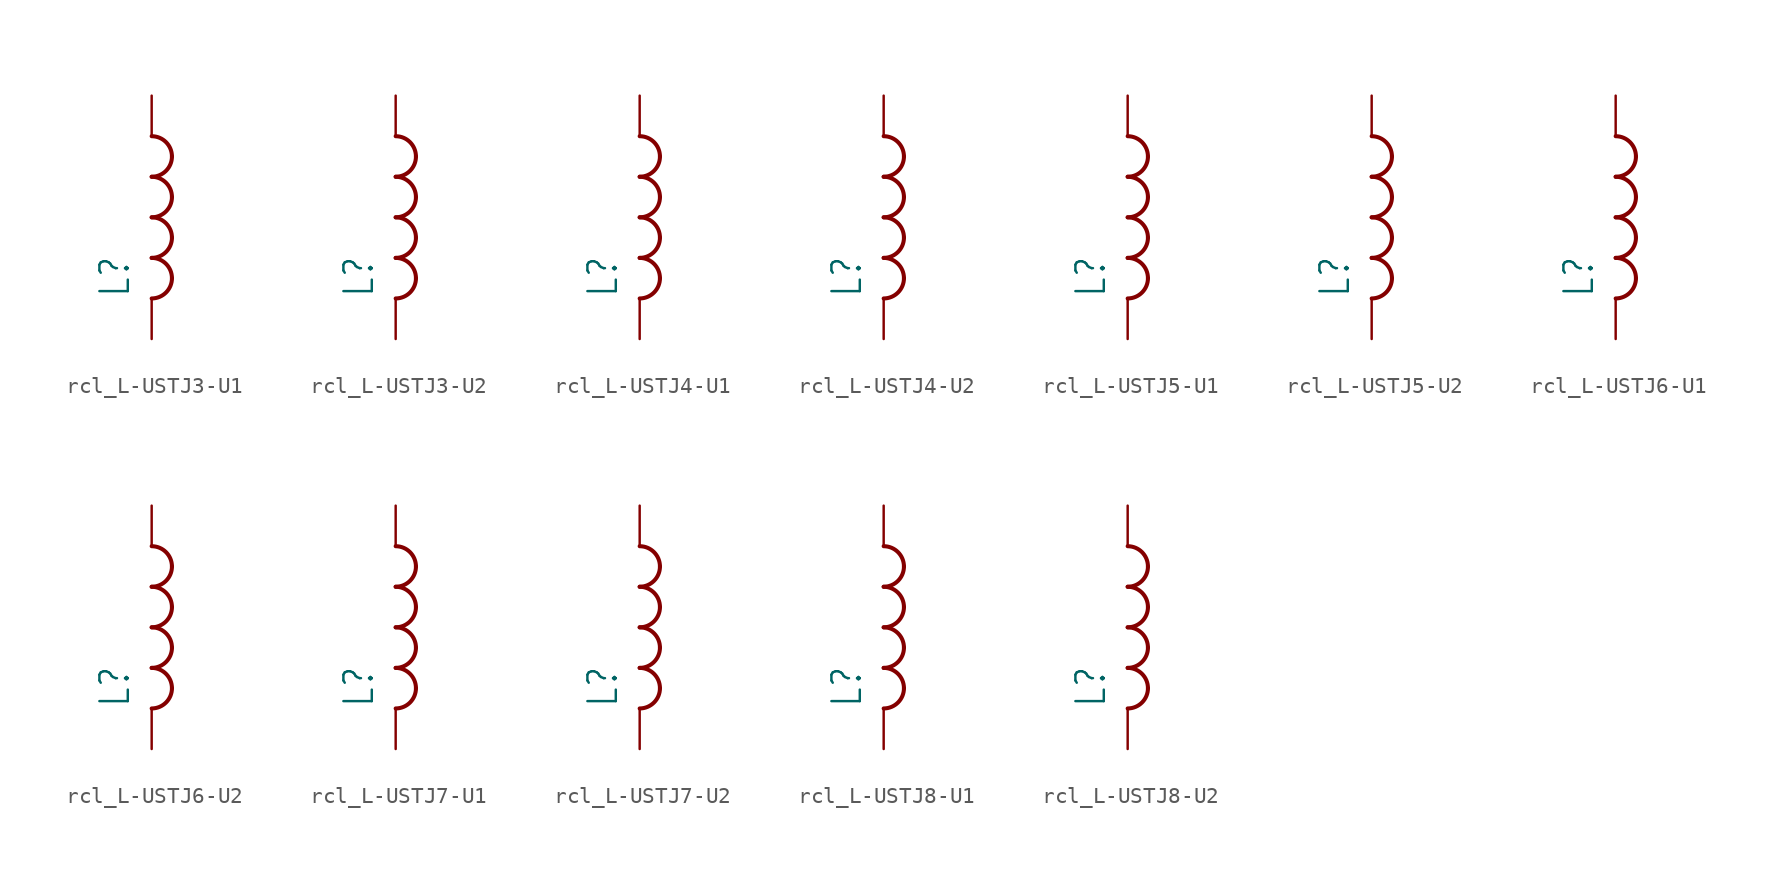
<source format=kicad_sym>
(kicad_symbol_lib
  (version 20241209)
  (generator "kicad_symbol_editor")
  (generator_version "9.0")
  (symbol "rcl_L-USTJ3-U1"
    (property "Reference" "L"
      (at -1.27 -5.08 90)
      (effects (font (size 1.778 1.511)) (justify left bottom)))
    (property "Value" ""
      (at 3.81 -5.08 90)
      (effects (font (size 1.778 1.511)) (justify left bottom)))
    (property "ki_locked" ""
      (at 0 0 0)
      (effects (font (size 1.27 1.27))))
    (symbol "rcl_L-USTJ3-U1_1_0"
      (arc (start 0 5.08) (mid 0.898 4.708) (end 1.27 3.81) (stroke (width 0.254) (type solid)) (fill (type none)))
      (arc (start 1.27 3.81) (mid 0.898 2.912) (end 0 2.54) (stroke (width 0.254) (type solid)) (fill (type none)))
      (arc (start 0 2.54) (mid 0.898 2.168) (end 1.27 1.27) (stroke (width 0.254) (type solid)) (fill (type none)))
      (arc (start 1.27 1.27) (mid 0.898 0.372) (end 0 0) (stroke (width 0.254) (type solid)) (fill (type none)))
      (arc (start 0 0) (mid 0.898 -0.372) (end 1.27 -1.27) (stroke (width 0.254) (type solid)) (fill (type none)))
      (arc (start 1.27 -1.27) (mid 0.898 -2.168) (end 0 -2.54) (stroke (width 0.254) (type solid)) (fill (type none)))
      (arc (start 0 -2.54) (mid 0.898 -2.912) (end 1.27 -3.81) (stroke (width 0.254) (type solid)) (fill (type none)))
      (arc (start 1.27 -3.81) (mid 0.898 -4.708) (end 0 -5.08) (stroke (width 0.254) (type solid)) (fill (type none)))
      (pin passive line (at 0 7.62 270) (length 2.54) (name "1" (effects (font (size 0 0)))) (number "1" (effects (font (size 0 0)))))
      (pin passive line (at 0 -7.62 90) (length 2.54) (name "2" (effects (font (size 0 0)))) (number "2" (effects (font (size 0 0)))))))
  (symbol "rcl_L-USTJ3-U2"
    (property "Reference" "L"
      (at -1.27 -5.08 90)
      (effects (font (size 1.778 1.511)) (justify left bottom)))
    (property "Value" ""
      (at 3.81 -5.08 90)
      (effects (font (size 1.778 1.511)) (justify left bottom)))
    (property "ki_locked" ""
      (at 0 0 0)
      (effects (font (size 1.27 1.27))))
    (symbol "rcl_L-USTJ3-U2_1_0"
      (arc (start 0 5.08) (mid 0.898 4.708) (end 1.27 3.81) (stroke (width 0.254) (type solid)) (fill (type none)))
      (arc (start 1.27 3.81) (mid 0.898 2.912) (end 0 2.54) (stroke (width 0.254) (type solid)) (fill (type none)))
      (arc (start 0 2.54) (mid 0.898 2.168) (end 1.27 1.27) (stroke (width 0.254) (type solid)) (fill (type none)))
      (arc (start 1.27 1.27) (mid 0.898 0.372) (end 0 0) (stroke (width 0.254) (type solid)) (fill (type none)))
      (arc (start 0 0) (mid 0.898 -0.372) (end 1.27 -1.27) (stroke (width 0.254) (type solid)) (fill (type none)))
      (arc (start 1.27 -1.27) (mid 0.898 -2.168) (end 0 -2.54) (stroke (width 0.254) (type solid)) (fill (type none)))
      (arc (start 0 -2.54) (mid 0.898 -2.912) (end 1.27 -3.81) (stroke (width 0.254) (type solid)) (fill (type none)))
      (arc (start 1.27 -3.81) (mid 0.898 -4.708) (end 0 -5.08) (stroke (width 0.254) (type solid)) (fill (type none)))
      (pin passive line (at 0 7.62 270) (length 2.54) (name "1" (effects (font (size 0 0)))) (number "1" (effects (font (size 0 0)))))
      (pin passive line (at 0 -7.62 90) (length 2.54) (name "2" (effects (font (size 0 0)))) (number "2" (effects (font (size 0 0)))))))
  (symbol "rcl_L-USTJ4-U1"
    (property "Reference" "L"
      (at -1.27 -5.08 90)
      (effects (font (size 1.778 1.511)) (justify left bottom)))
    (property "Value" ""
      (at 3.81 -5.08 90)
      (effects (font (size 1.778 1.511)) (justify left bottom)))
    (property "ki_locked" ""
      (at 0 0 0)
      (effects (font (size 1.27 1.27))))
    (symbol "rcl_L-USTJ4-U1_1_0"
      (arc (start 0 5.08) (mid 0.898 4.708) (end 1.27 3.81) (stroke (width 0.254) (type solid)) (fill (type none)))
      (arc (start 1.27 3.81) (mid 0.898 2.912) (end 0 2.54) (stroke (width 0.254) (type solid)) (fill (type none)))
      (arc (start 0 2.54) (mid 0.898 2.168) (end 1.27 1.27) (stroke (width 0.254) (type solid)) (fill (type none)))
      (arc (start 1.27 1.27) (mid 0.898 0.372) (end 0 0) (stroke (width 0.254) (type solid)) (fill (type none)))
      (arc (start 0 0) (mid 0.898 -0.372) (end 1.27 -1.27) (stroke (width 0.254) (type solid)) (fill (type none)))
      (arc (start 1.27 -1.27) (mid 0.898 -2.168) (end 0 -2.54) (stroke (width 0.254) (type solid)) (fill (type none)))
      (arc (start 0 -2.54) (mid 0.898 -2.912) (end 1.27 -3.81) (stroke (width 0.254) (type solid)) (fill (type none)))
      (arc (start 1.27 -3.81) (mid 0.898 -4.708) (end 0 -5.08) (stroke (width 0.254) (type solid)) (fill (type none)))
      (pin passive line (at 0 7.62 270) (length 2.54) (name "1" (effects (font (size 0 0)))) (number "1" (effects (font (size 0 0)))))
      (pin passive line (at 0 -7.62 90) (length 2.54) (name "2" (effects (font (size 0 0)))) (number "2" (effects (font (size 0 0)))))))
  (symbol "rcl_L-USTJ4-U2"
    (property "Reference" "L"
      (at -1.27 -5.08 90)
      (effects (font (size 1.778 1.511)) (justify left bottom)))
    (property "Value" ""
      (at 3.81 -5.08 90)
      (effects (font (size 1.778 1.511)) (justify left bottom)))
    (property "ki_locked" ""
      (at 0 0 0)
      (effects (font (size 1.27 1.27))))
    (symbol "rcl_L-USTJ4-U2_1_0"
      (arc (start 0 5.08) (mid 0.898 4.708) (end 1.27 3.81) (stroke (width 0.254) (type solid)) (fill (type none)))
      (arc (start 1.27 3.81) (mid 0.898 2.912) (end 0 2.54) (stroke (width 0.254) (type solid)) (fill (type none)))
      (arc (start 0 2.54) (mid 0.898 2.168) (end 1.27 1.27) (stroke (width 0.254) (type solid)) (fill (type none)))
      (arc (start 1.27 1.27) (mid 0.898 0.372) (end 0 0) (stroke (width 0.254) (type solid)) (fill (type none)))
      (arc (start 0 0) (mid 0.898 -0.372) (end 1.27 -1.27) (stroke (width 0.254) (type solid)) (fill (type none)))
      (arc (start 1.27 -1.27) (mid 0.898 -2.168) (end 0 -2.54) (stroke (width 0.254) (type solid)) (fill (type none)))
      (arc (start 0 -2.54) (mid 0.898 -2.912) (end 1.27 -3.81) (stroke (width 0.254) (type solid)) (fill (type none)))
      (arc (start 1.27 -3.81) (mid 0.898 -4.708) (end 0 -5.08) (stroke (width 0.254) (type solid)) (fill (type none)))
      (pin passive line (at 0 7.62 270) (length 2.54) (name "1" (effects (font (size 0 0)))) (number "1" (effects (font (size 0 0)))))
      (pin passive line (at 0 -7.62 90) (length 2.54) (name "2" (effects (font (size 0 0)))) (number "2" (effects (font (size 0 0)))))))
  (symbol "rcl_L-USTJ5-U1"
    (property "Reference" "L"
      (at -1.27 -5.08 90)
      (effects (font (size 1.778 1.511)) (justify left bottom)))
    (property "Value" ""
      (at 3.81 -5.08 90)
      (effects (font (size 1.778 1.511)) (justify left bottom)))
    (property "ki_locked" ""
      (at 0 0 0)
      (effects (font (size 1.27 1.27))))
    (symbol "rcl_L-USTJ5-U1_1_0"
      (arc (start 0 5.08) (mid 0.898 4.708) (end 1.27 3.81) (stroke (width 0.254) (type solid)) (fill (type none)))
      (arc (start 1.27 3.81) (mid 0.898 2.912) (end 0 2.54) (stroke (width 0.254) (type solid)) (fill (type none)))
      (arc (start 0 2.54) (mid 0.898 2.168) (end 1.27 1.27) (stroke (width 0.254) (type solid)) (fill (type none)))
      (arc (start 1.27 1.27) (mid 0.898 0.372) (end 0 0) (stroke (width 0.254) (type solid)) (fill (type none)))
      (arc (start 0 0) (mid 0.898 -0.372) (end 1.27 -1.27) (stroke (width 0.254) (type solid)) (fill (type none)))
      (arc (start 1.27 -1.27) (mid 0.898 -2.168) (end 0 -2.54) (stroke (width 0.254) (type solid)) (fill (type none)))
      (arc (start 0 -2.54) (mid 0.898 -2.912) (end 1.27 -3.81) (stroke (width 0.254) (type solid)) (fill (type none)))
      (arc (start 1.27 -3.81) (mid 0.898 -4.708) (end 0 -5.08) (stroke (width 0.254) (type solid)) (fill (type none)))
      (pin passive line (at 0 7.62 270) (length 2.54) (name "1" (effects (font (size 0 0)))) (number "1" (effects (font (size 0 0)))))
      (pin passive line (at 0 -7.62 90) (length 2.54) (name "2" (effects (font (size 0 0)))) (number "2" (effects (font (size 0 0)))))))
  (symbol "rcl_L-USTJ5-U2"
    (property "Reference" "L"
      (at -1.27 -5.08 90)
      (effects (font (size 1.778 1.511)) (justify left bottom)))
    (property "Value" ""
      (at 3.81 -5.08 90)
      (effects (font (size 1.778 1.511)) (justify left bottom)))
    (property "ki_locked" ""
      (at 0 0 0)
      (effects (font (size 1.27 1.27))))
    (symbol "rcl_L-USTJ5-U2_1_0"
      (arc (start 0 5.08) (mid 0.898 4.708) (end 1.27 3.81) (stroke (width 0.254) (type solid)) (fill (type none)))
      (arc (start 1.27 3.81) (mid 0.898 2.912) (end 0 2.54) (stroke (width 0.254) (type solid)) (fill (type none)))
      (arc (start 0 2.54) (mid 0.898 2.168) (end 1.27 1.27) (stroke (width 0.254) (type solid)) (fill (type none)))
      (arc (start 1.27 1.27) (mid 0.898 0.372) (end 0 0) (stroke (width 0.254) (type solid)) (fill (type none)))
      (arc (start 0 0) (mid 0.898 -0.372) (end 1.27 -1.27) (stroke (width 0.254) (type solid)) (fill (type none)))
      (arc (start 1.27 -1.27) (mid 0.898 -2.168) (end 0 -2.54) (stroke (width 0.254) (type solid)) (fill (type none)))
      (arc (start 0 -2.54) (mid 0.898 -2.912) (end 1.27 -3.81) (stroke (width 0.254) (type solid)) (fill (type none)))
      (arc (start 1.27 -3.81) (mid 0.898 -4.708) (end 0 -5.08) (stroke (width 0.254) (type solid)) (fill (type none)))
      (pin passive line (at 0 7.62 270) (length 2.54) (name "1" (effects (font (size 0 0)))) (number "1" (effects (font (size 0 0)))))
      (pin passive line (at 0 -7.62 90) (length 2.54) (name "2" (effects (font (size 0 0)))) (number "2" (effects (font (size 0 0)))))))
  (symbol "rcl_L-USTJ6-U1"
    (property "Reference" "L"
      (at -1.27 -5.08 90)
      (effects (font (size 1.778 1.511)) (justify left bottom)))
    (property "Value" ""
      (at 3.81 -5.08 90)
      (effects (font (size 1.778 1.511)) (justify left bottom)))
    (property "ki_locked" ""
      (at 0 0 0)
      (effects (font (size 1.27 1.27))))
    (symbol "rcl_L-USTJ6-U1_1_0"
      (arc (start 0 5.08) (mid 0.898 4.708) (end 1.27 3.81) (stroke (width 0.254) (type solid)) (fill (type none)))
      (arc (start 1.27 3.81) (mid 0.898 2.912) (end 0 2.54) (stroke (width 0.254) (type solid)) (fill (type none)))
      (arc (start 0 2.54) (mid 0.898 2.168) (end 1.27 1.27) (stroke (width 0.254) (type solid)) (fill (type none)))
      (arc (start 1.27 1.27) (mid 0.898 0.372) (end 0 0) (stroke (width 0.254) (type solid)) (fill (type none)))
      (arc (start 0 0) (mid 0.898 -0.372) (end 1.27 -1.27) (stroke (width 0.254) (type solid)) (fill (type none)))
      (arc (start 1.27 -1.27) (mid 0.898 -2.168) (end 0 -2.54) (stroke (width 0.254) (type solid)) (fill (type none)))
      (arc (start 0 -2.54) (mid 0.898 -2.912) (end 1.27 -3.81) (stroke (width 0.254) (type solid)) (fill (type none)))
      (arc (start 1.27 -3.81) (mid 0.898 -4.708) (end 0 -5.08) (stroke (width 0.254) (type solid)) (fill (type none)))
      (pin passive line (at 0 7.62 270) (length 2.54) (name "1" (effects (font (size 0 0)))) (number "1" (effects (font (size 0 0)))))
      (pin passive line (at 0 -7.62 90) (length 2.54) (name "2" (effects (font (size 0 0)))) (number "2" (effects (font (size 0 0)))))))
  (symbol "rcl_L-USTJ6-U2"
    (property "Reference" "L"
      (at -1.27 -5.08 90)
      (effects (font (size 1.778 1.511)) (justify left bottom)))
    (property "Value" ""
      (at 3.81 -5.08 90)
      (effects (font (size 1.778 1.511)) (justify left bottom)))
    (property "ki_locked" ""
      (at 0 0 0)
      (effects (font (size 1.27 1.27))))
    (symbol "rcl_L-USTJ6-U2_1_0"
      (arc (start 0 5.08) (mid 0.898 4.708) (end 1.27 3.81) (stroke (width 0.254) (type solid)) (fill (type none)))
      (arc (start 1.27 3.81) (mid 0.898 2.912) (end 0 2.54) (stroke (width 0.254) (type solid)) (fill (type none)))
      (arc (start 0 2.54) (mid 0.898 2.168) (end 1.27 1.27) (stroke (width 0.254) (type solid)) (fill (type none)))
      (arc (start 1.27 1.27) (mid 0.898 0.372) (end 0 0) (stroke (width 0.254) (type solid)) (fill (type none)))
      (arc (start 0 0) (mid 0.898 -0.372) (end 1.27 -1.27) (stroke (width 0.254) (type solid)) (fill (type none)))
      (arc (start 1.27 -1.27) (mid 0.898 -2.168) (end 0 -2.54) (stroke (width 0.254) (type solid)) (fill (type none)))
      (arc (start 0 -2.54) (mid 0.898 -2.912) (end 1.27 -3.81) (stroke (width 0.254) (type solid)) (fill (type none)))
      (arc (start 1.27 -3.81) (mid 0.898 -4.708) (end 0 -5.08) (stroke (width 0.254) (type solid)) (fill (type none)))
      (pin passive line (at 0 7.62 270) (length 2.54) (name "1" (effects (font (size 0 0)))) (number "1" (effects (font (size 0 0)))))
      (pin passive line (at 0 -7.62 90) (length 2.54) (name "2" (effects (font (size 0 0)))) (number "2" (effects (font (size 0 0)))))))
  (symbol "rcl_L-USTJ7-U1"
    (property "Reference" "L"
      (at -1.27 -5.08 90)
      (effects (font (size 1.778 1.511)) (justify left bottom)))
    (property "Value" ""
      (at 3.81 -5.08 90)
      (effects (font (size 1.778 1.511)) (justify left bottom)))
    (property "ki_locked" ""
      (at 0 0 0)
      (effects (font (size 1.27 1.27))))
    (symbol "rcl_L-USTJ7-U1_1_0"
      (arc (start 0 5.08) (mid 0.898 4.708) (end 1.27 3.81) (stroke (width 0.254) (type solid)) (fill (type none)))
      (arc (start 1.27 3.81) (mid 0.898 2.912) (end 0 2.54) (stroke (width 0.254) (type solid)) (fill (type none)))
      (arc (start 0 2.54) (mid 0.898 2.168) (end 1.27 1.27) (stroke (width 0.254) (type solid)) (fill (type none)))
      (arc (start 1.27 1.27) (mid 0.898 0.372) (end 0 0) (stroke (width 0.254) (type solid)) (fill (type none)))
      (arc (start 0 0) (mid 0.898 -0.372) (end 1.27 -1.27) (stroke (width 0.254) (type solid)) (fill (type none)))
      (arc (start 1.27 -1.27) (mid 0.898 -2.168) (end 0 -2.54) (stroke (width 0.254) (type solid)) (fill (type none)))
      (arc (start 0 -2.54) (mid 0.898 -2.912) (end 1.27 -3.81) (stroke (width 0.254) (type solid)) (fill (type none)))
      (arc (start 1.27 -3.81) (mid 0.898 -4.708) (end 0 -5.08) (stroke (width 0.254) (type solid)) (fill (type none)))
      (pin passive line (at 0 7.62 270) (length 2.54) (name "1" (effects (font (size 0 0)))) (number "1" (effects (font (size 0 0)))))
      (pin passive line (at 0 -7.62 90) (length 2.54) (name "2" (effects (font (size 0 0)))) (number "2" (effects (font (size 0 0)))))))
  (symbol "rcl_L-USTJ7-U2"
    (property "Reference" "L"
      (at -1.27 -5.08 90)
      (effects (font (size 1.778 1.511)) (justify left bottom)))
    (property "Value" ""
      (at 3.81 -5.08 90)
      (effects (font (size 1.778 1.511)) (justify left bottom)))
    (property "ki_locked" ""
      (at 0 0 0)
      (effects (font (size 1.27 1.27))))
    (symbol "rcl_L-USTJ7-U2_1_0"
      (arc (start 0 5.08) (mid 0.898 4.708) (end 1.27 3.81) (stroke (width 0.254) (type solid)) (fill (type none)))
      (arc (start 1.27 3.81) (mid 0.898 2.912) (end 0 2.54) (stroke (width 0.254) (type solid)) (fill (type none)))
      (arc (start 0 2.54) (mid 0.898 2.168) (end 1.27 1.27) (stroke (width 0.254) (type solid)) (fill (type none)))
      (arc (start 1.27 1.27) (mid 0.898 0.372) (end 0 0) (stroke (width 0.254) (type solid)) (fill (type none)))
      (arc (start 0 0) (mid 0.898 -0.372) (end 1.27 -1.27) (stroke (width 0.254) (type solid)) (fill (type none)))
      (arc (start 1.27 -1.27) (mid 0.898 -2.168) (end 0 -2.54) (stroke (width 0.254) (type solid)) (fill (type none)))
      (arc (start 0 -2.54) (mid 0.898 -2.912) (end 1.27 -3.81) (stroke (width 0.254) (type solid)) (fill (type none)))
      (arc (start 1.27 -3.81) (mid 0.898 -4.708) (end 0 -5.08) (stroke (width 0.254) (type solid)) (fill (type none)))
      (pin passive line (at 0 7.62 270) (length 2.54) (name "1" (effects (font (size 0 0)))) (number "1" (effects (font (size 0 0)))))
      (pin passive line (at 0 -7.62 90) (length 2.54) (name "2" (effects (font (size 0 0)))) (number "2" (effects (font (size 0 0)))))))
  (symbol "rcl_L-USTJ8-U1"
    (property "Reference" "L"
      (at -1.27 -5.08 90)
      (effects (font (size 1.778 1.511)) (justify left bottom)))
    (property "Value" ""
      (at 3.81 -5.08 90)
      (effects (font (size 1.778 1.511)) (justify left bottom)))
    (property "ki_locked" ""
      (at 0 0 0)
      (effects (font (size 1.27 1.27))))
    (symbol "rcl_L-USTJ8-U1_1_0"
      (arc (start 0 5.08) (mid 0.898 4.708) (end 1.27 3.81) (stroke (width 0.254) (type solid)) (fill (type none)))
      (arc (start 1.27 3.81) (mid 0.898 2.912) (end 0 2.54) (stroke (width 0.254) (type solid)) (fill (type none)))
      (arc (start 0 2.54) (mid 0.898 2.168) (end 1.27 1.27) (stroke (width 0.254) (type solid)) (fill (type none)))
      (arc (start 1.27 1.27) (mid 0.898 0.372) (end 0 0) (stroke (width 0.254) (type solid)) (fill (type none)))
      (arc (start 0 0) (mid 0.898 -0.372) (end 1.27 -1.27) (stroke (width 0.254) (type solid)) (fill (type none)))
      (arc (start 1.27 -1.27) (mid 0.898 -2.168) (end 0 -2.54) (stroke (width 0.254) (type solid)) (fill (type none)))
      (arc (start 0 -2.54) (mid 0.898 -2.912) (end 1.27 -3.81) (stroke (width 0.254) (type solid)) (fill (type none)))
      (arc (start 1.27 -3.81) (mid 0.898 -4.708) (end 0 -5.08) (stroke (width 0.254) (type solid)) (fill (type none)))
      (pin passive line (at 0 7.62 270) (length 2.54) (name "1" (effects (font (size 0 0)))) (number "1" (effects (font (size 0 0)))))
      (pin passive line (at 0 -7.62 90) (length 2.54) (name "2" (effects (font (size 0 0)))) (number "2" (effects (font (size 0 0)))))))
  (symbol "rcl_L-USTJ8-U2"
    (property "Reference" "L"
      (at -1.27 -5.08 90)
      (effects (font (size 1.778 1.511)) (justify left bottom)))
    (property "Value" ""
      (at 3.81 -5.08 90)
      (effects (font (size 1.778 1.511)) (justify left bottom)))
    (property "ki_locked" ""
      (at 0 0 0)
      (effects (font (size 1.27 1.27))))
    (symbol "rcl_L-USTJ8-U2_1_0"
      (arc (start 0 5.08) (mid 0.898 4.708) (end 1.27 3.81) (stroke (width 0.254) (type solid)) (fill (type none)))
      (arc (start 1.27 3.81) (mid 0.898 2.912) (end 0 2.54) (stroke (width 0.254) (type solid)) (fill (type none)))
      (arc (start 0 2.54) (mid 0.898 2.168) (end 1.27 1.27) (stroke (width 0.254) (type solid)) (fill (type none)))
      (arc (start 1.27 1.27) (mid 0.898 0.372) (end 0 0) (stroke (width 0.254) (type solid)) (fill (type none)))
      (arc (start 0 0) (mid 0.898 -0.372) (end 1.27 -1.27) (stroke (width 0.254) (type solid)) (fill (type none)))
      (arc (start 1.27 -1.27) (mid 0.898 -2.168) (end 0 -2.54) (stroke (width 0.254) (type solid)) (fill (type none)))
      (arc (start 0 -2.54) (mid 0.898 -2.912) (end 1.27 -3.81) (stroke (width 0.254) (type solid)) (fill (type none)))
      (arc (start 1.27 -3.81) (mid 0.898 -4.708) (end 0 -5.08) (stroke (width 0.254) (type solid)) (fill (type none)))
      (pin passive line (at 0 7.62 270) (length 2.54) (name "1" (effects (font (size 0 0)))) (number "1" (effects (font (size 0 0)))))
      (pin passive line (at 0 -7.62 90) (length 2.54) (name "2" (effects (font (size 0 0)))) (number "2" (effects (font (size 0 0))))))))
</source>
